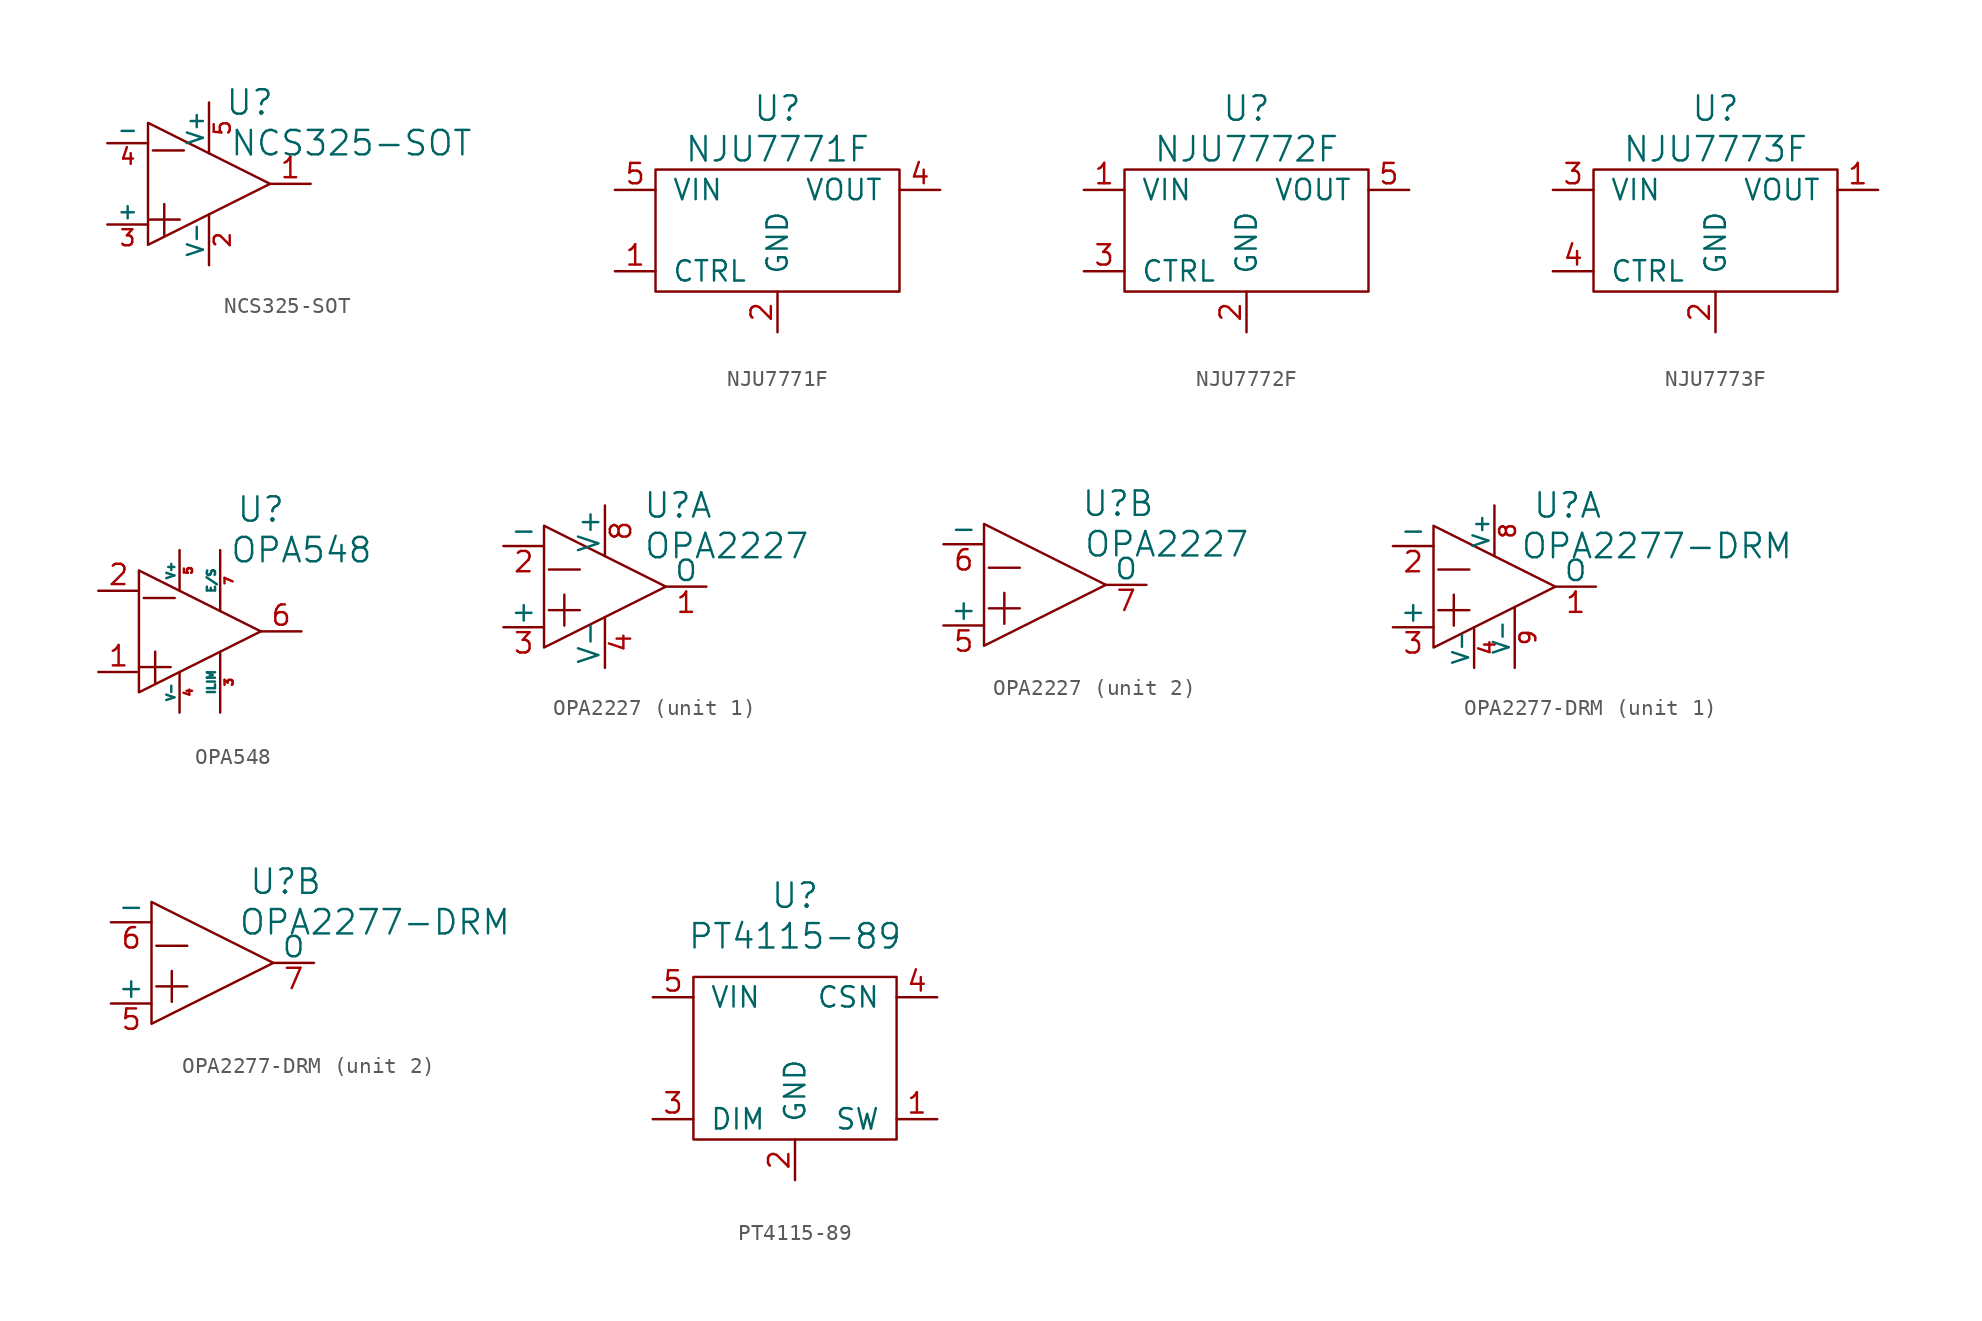
<source format=kicad_sym>
(kicad_symbol_lib
  (version 20220914)
  (generator kicad_symbol_editor)
  (symbol "NCS325-SOT"
    (pin_names
      (offset 0))
    (property "Reference" "U"
      (at 2.54 5.08 0)
      (effects (font (size 1.524 1.524))))
    (property "Value" "NCS325-SOT"
      (at 8.89 2.54 0)
      (effects (font (size 1.524 1.524))))
    (property "Footprint" ""
      (at 0 0 0)
      (effects (font (size 1.524 1.524))))
    (property "Datasheet" ""
      (at 0 0 0)
      (effects (font (size 1.524 1.524))))
    (symbol "NCS325-SOT_0_0"
      (polyline (pts (xy -3.81 3.81) (xy -3.81 -3.81) (xy 3.81 0) (xy -3.81 3.81) (xy -3.81 3.81)) (stroke (width 0) (type solid)) (fill (type none)))
      (text "+" (at -2.794 -2.032 0) (effects (font (size 2.54 2.54))))
      (text "-" (at -2.54 2.286 0) (effects (font (size 2.54 2.54)))))
    (symbol "NCS325-SOT_1_1"
      (pin passive line (at 6.35 0 180) (length 2.54) (name "Vo" (effects (font (size 0 0)))) (number "1" (effects (font (size 1.27 1.27)))))
      (pin passive line (at 0 -5.08 90) (length 3.175) (name "V-" (effects (font (size 1 1)))) (number "2" (effects (font (size 1 1)))))
      (pin passive line (at -6.35 -2.54 0) (length 2.54) (name "+" (effects (font (size 1 1)))) (number "3" (effects (font (size 1 1)))))
      (pin passive line (at -6.35 2.54 0) (length 2.54) (name "-" (effects (font (size 1 1)))) (number "4" (effects (font (size 1 1)))))
      (pin passive line (at 0 5.08 270) (length 3.175) (name "V+" (effects (font (size 1 1)))) (number "5" (effects (font (size 1 1)))))))
  (symbol "NJU7771F"
    (pin_names
      (offset 1.016))
    (property "Reference" "U"
      (at 0 7.62 0)
      (effects (font (size 1.524 1.524))))
    (property "Value" "NJU7771F"
      (at 0 5.08 0)
      (effects (font (size 1.524 1.524))))
    (property "Footprint" ""
      (at 0 2.54 0)
      (effects (font (size 1.524 1.524))))
    (property "Datasheet" ""
      (at 0 0 0)
      (effects (font (size 1.524 1.524))))
    (symbol "NJU7771F_0_1"
      (rectangle (start 7.62 3.81) (end -7.62 -3.81) (stroke (width 0) (type solid)) (fill (type none))))
    (symbol "NJU7771F_1_1"
      (pin input line (at -10.16 -2.54 0) (length 2.54) (name "CTRL" (effects (font (size 1.27 1.27)))) (number "1" (effects (font (size 1.27 1.27)))))
      (pin input line (at 0 -6.35 90) (length 2.54) (name "GND" (effects (font (size 1.27 1.27)))) (number "2" (effects (font (size 1.27 1.27)))))
      (pin input line (at 10.16 2.54 180) (length 2.54) (name "VOUT" (effects (font (size 1.27 1.27)))) (number "4" (effects (font (size 1.27 1.27)))))
      (pin input line (at -10.16 2.54 0) (length 2.54) (name "VIN" (effects (font (size 1.27 1.27)))) (number "5" (effects (font (size 1.27 1.27)))))))
  (symbol "NJU7772F"
    (pin_names
      (offset 1.016))
    (property "Reference" "U"
      (at 0 7.62 0)
      (effects (font (size 1.524 1.524))))
    (property "Value" "NJU7772F"
      (at 0 5.08 0)
      (effects (font (size 1.524 1.524))))
    (property "Footprint" ""
      (at 0 2.54 0)
      (effects (font (size 1.524 1.524))))
    (property "Datasheet" ""
      (at 0 0 0)
      (effects (font (size 1.524 1.524))))
    (symbol "NJU7772F_0_1"
      (rectangle (start 7.62 3.81) (end -7.62 -3.81) (stroke (width 0) (type solid)) (fill (type none))))
    (symbol "NJU7772F_1_1"
      (pin input line (at -10.16 2.54 0) (length 2.54) (name "VIN" (effects (font (size 1.27 1.27)))) (number "1" (effects (font (size 1.27 1.27)))))
      (pin input line (at 0 -6.35 90) (length 2.54) (name "GND" (effects (font (size 1.27 1.27)))) (number "2" (effects (font (size 1.27 1.27)))))
      (pin input line (at -10.16 -2.54 0) (length 2.54) (name "CTRL" (effects (font (size 1.27 1.27)))) (number "3" (effects (font (size 1.27 1.27)))))
      (pin input line (at 10.16 2.54 180) (length 2.54) (name "VOUT" (effects (font (size 1.27 1.27)))) (number "5" (effects (font (size 1.27 1.27)))))))
  (symbol "NJU7773F"
    (pin_names
      (offset 1.016))
    (property "Reference" "U"
      (at 0 7.62 0)
      (effects (font (size 1.524 1.524))))
    (property "Value" "NJU7773F"
      (at 0 5.08 0)
      (effects (font (size 1.524 1.524))))
    (property "Footprint" ""
      (at 0 2.54 0)
      (effects (font (size 1.524 1.524))))
    (property "Datasheet" ""
      (at 0 0 0)
      (effects (font (size 1.524 1.524))))
    (symbol "NJU7773F_0_1"
      (rectangle (start 7.62 3.81) (end -7.62 -3.81) (stroke (width 0) (type solid)) (fill (type none))))
    (symbol "NJU7773F_1_1"
      (pin input line (at 10.16 2.54 180) (length 2.54) (name "VOUT" (effects (font (size 1.27 1.27)))) (number "1" (effects (font (size 1.27 1.27)))))
      (pin input line (at 0 -6.35 90) (length 2.54) (name "GND" (effects (font (size 1.27 1.27)))) (number "2" (effects (font (size 1.27 1.27)))))
      (pin input line (at -10.16 2.54 0) (length 2.54) (name "VIN" (effects (font (size 1.27 1.27)))) (number "3" (effects (font (size 1.27 1.27)))))
      (pin input line (at -10.16 -2.54 0) (length 2.54) (name "CTRL" (effects (font (size 1.27 1.27)))) (number "4" (effects (font (size 1.27 1.27)))))))
  (symbol "OPA548"
    (pin_names
      (offset 0))
    (property "Reference" "U"
      (at 3.81 7.62 0)
      (effects (font (size 1.524 1.524))))
    (property "Value" "OPA548"
      (at 6.35 5.08 0)
      (effects (font (size 1.524 1.524))))
    (property "Footprint" ""
      (at 0 0 0)
      (effects (font (size 1.524 1.524))))
    (property "Datasheet" ""
      (at 0 0 0)
      (effects (font (size 1.524 1.524))))
    (symbol "OPA548_0_0"
      (polyline (pts (xy -3.81 3.81) (xy -3.81 -3.81) (xy 3.81 0) (xy -3.81 3.81) (xy -3.81 3.81)) (stroke (width 0) (type solid)) (fill (type none)))
      (text "+" (at -2.794 -2.032 0) (effects (font (size 2.54 2.54))))
      (text "-" (at -2.54 2.286 0) (effects (font (size 2.54 2.54)))))
    (symbol "OPA548_1_1"
      (pin passive line (at -6.35 -2.54 0) (length 2.54) (name "Vin+" (effects (font (size 0 0)))) (number "1" (effects (font (size 1.27 1.27)))))
      (pin passive line (at -6.35 2.54 0) (length 2.54) (name "Vin-" (effects (font (size 0 0)))) (number "2" (effects (font (size 1.27 1.27)))))
      (pin passive line (at 1.27 -5.08 90) (length 3.81) (name "ILIM" (effects (font (size 0.508 0.508)))) (number "3" (effects (font (size 0.508 0.508)))))
      (pin passive line (at -1.27 -5.08 90) (length 2.54) (name "V-" (effects (font (size 0.508 0.508)))) (number "4" (effects (font (size 0.508 0.508)))))
      (pin passive line (at -1.27 5.08 270) (length 2.54) (name "V+" (effects (font (size 0.508 0.508)))) (number "5" (effects (font (size 0.508 0.508)))))
      (pin passive line (at 6.35 0 180) (length 2.54) (name "Vo" (effects (font (size 0 0)))) (number "6" (effects (font (size 1.27 1.27)))))
      (pin passive line (at 1.27 5.08 270) (length 3.81) (name "E/S" (effects (font (size 0.508 0.508)))) (number "7" (effects (font (size 0.508 0.508)))))))
  (symbol "OPA2227"
    (pin_names
      (offset 0))
    (property "Reference" "U"
      (at 4.572 5.08 0)
      (effects (font (size 1.524 1.524))))
    (property "Value" "OPA2227"
      (at 7.62 2.54 0)
      (effects (font (size 1.524 1.524))))
    (property "Footprint" ""
      (at 0 0 0)
      (effects (font (size 1.524 1.524))))
    (property "Datasheet" ""
      (at 0 0 0)
      (effects (font (size 1.524 1.524))))
    (symbol "OPA2227_0_0"
      (polyline (pts (xy -3.81 3.81) (xy -3.81 -3.81) (xy 3.81 0) (xy -3.81 3.81) (xy -3.81 3.81)) (stroke (width 0) (type solid)) (fill (type none)))
      (text "+" (at -2.54 -1.27 0) (effects (font (size 2.54 2.54))))
      (text "-" (at -2.54 1.27 0) (effects (font (size 2.54 2.54)))))
    (symbol "OPA2227_1_1"
      (pin passive line (at 6.35 0 180) (length 2.54) (name "O" (effects (font (size 1.27 1.27)))) (number "1" (effects (font (size 1.27 1.27)))))
      (pin passive line (at -6.35 2.54 0) (length 2.54) (name "-" (effects (font (size 1.27 1.27)))) (number "2" (effects (font (size 1.27 1.27)))))
      (pin passive line (at -6.35 -2.54 0) (length 2.54) (name "+" (effects (font (size 1.27 1.27)))) (number "3" (effects (font (size 1.27 1.27)))))
      (pin passive line (at 0 -5.08 90) (length 3.175) (name "V-" (effects (font (size 1.27 1.27)))) (number "4" (effects (font (size 1.27 1.27)))))
      (pin passive line (at 0 5.08 270) (length 3.175) (name "V+" (effects (font (size 1.27 1.27)))) (number "8" (effects (font (size 1.27 1.27))))))
    (symbol "OPA2227_2_1"
      (pin passive line (at -6.35 -2.54 0) (length 2.54) (name "+" (effects (font (size 1.27 1.27)))) (number "5" (effects (font (size 1.27 1.27)))))
      (pin passive line (at -6.35 2.54 0) (length 2.54) (name "-" (effects (font (size 1.27 1.27)))) (number "6" (effects (font (size 1.27 1.27)))))
      (pin passive line (at 6.35 0 180) (length 2.54) (name "O" (effects (font (size 1.27 1.27)))) (number "7" (effects (font (size 1.27 1.27)))))))
  (symbol "OPA2277-DRM"
    (pin_names
      (offset 0))
    (property "Reference" "U"
      (at 4.572 5.08 0)
      (effects (font (size 1.524 1.524))))
    (property "Value" "OPA2277-DRM"
      (at 10.16 2.54 0)
      (effects (font (size 1.524 1.524))))
    (property "Footprint" ""
      (at 0 0 0)
      (effects (font (size 1.524 1.524))))
    (property "Datasheet" ""
      (at 0 0 0)
      (effects (font (size 1.524 1.524))))
    (symbol "OPA2277-DRM_0_0"
      (polyline (pts (xy -3.81 3.81) (xy -3.81 -3.81) (xy 3.81 0) (xy -3.81 3.81) (xy -3.81 3.81)) (stroke (width 0) (type solid)) (fill (type none)))
      (text "+" (at -2.54 -1.27 0) (effects (font (size 2.54 2.54))))
      (text "-" (at -2.54 1.27 0) (effects (font (size 2.54 2.54)))))
    (symbol "OPA2277-DRM_1_1"
      (pin passive line (at 6.35 0 180) (length 2.54) (name "O" (effects (font (size 1.27 1.27)))) (number "1" (effects (font (size 1.27 1.27)))))
      (pin passive line (at -6.35 2.54 0) (length 2.54) (name "-" (effects (font (size 1.27 1.27)))) (number "2" (effects (font (size 1.27 1.27)))))
      (pin passive line (at -6.35 -2.54 0) (length 2.54) (name "+" (effects (font (size 1.27 1.27)))) (number "3" (effects (font (size 1.27 1.27)))))
      (pin passive line (at -1.27 -5.08 90) (length 2.54) (name "V-" (effects (font (size 0.991 0.991)))) (number "4" (effects (font (size 0.991 0.991)))))
      (pin passive line (at 0 5.08 270) (length 3.175) (name "V+" (effects (font (size 0.991 0.991)))) (number "8" (effects (font (size 0.991 0.991)))))
      (pin passive line (at 1.27 -5.08 90) (length 3.81) (name "V-" (effects (font (size 0.991 0.991)))) (number "9" (effects (font (size 0.991 0.991))))))
    (symbol "OPA2277-DRM_2_1"
      (pin passive line (at -6.35 -2.54 0) (length 2.54) (name "+" (effects (font (size 1.27 1.27)))) (number "5" (effects (font (size 1.27 1.27)))))
      (pin passive line (at -6.35 2.54 0) (length 2.54) (name "-" (effects (font (size 1.27 1.27)))) (number "6" (effects (font (size 1.27 1.27)))))
      (pin passive line (at 6.35 0 180) (length 2.54) (name "O" (effects (font (size 1.27 1.27)))) (number "7" (effects (font (size 1.27 1.27)))))))
  (symbol "PT4115-89"
    (pin_names
      (offset 1.016))
    (property "Reference" "U"
      (at 0 10.16 0)
      (effects (font (size 1.524 1.524))))
    (property "Value" "PT4115-89"
      (at 0 7.62 0)
      (effects (font (size 1.524 1.524))))
    (property "Footprint" ""
      (at 0 0 0)
      (effects (font (size 1.524 1.524))))
    (property "Datasheet" ""
      (at 0 0 0)
      (effects (font (size 1.524 1.524))))
    (symbol "PT4115-89_0_1"
      (rectangle (start -6.35 5.08) (end 6.35 -5.08) (stroke (width 0) (type solid)) (fill (type none))))
    (symbol "PT4115-89_1_1"
      (pin passive line (at 8.89 -3.81 180) (length 2.54) (name "SW" (effects (font (size 1.27 1.27)))) (number "1" (effects (font (size 1.27 1.27)))))
      (pin passive line (at 0 -7.62 90) (length 2.54) (name "GND" (effects (font (size 1.27 1.27)))) (number "2" (effects (font (size 1.27 1.27)))))
      (pin passive line (at -8.89 -3.81 0) (length 2.54) (name "DIM" (effects (font (size 1.27 1.27)))) (number "3" (effects (font (size 1.27 1.27)))))
      (pin passive line (at 8.89 3.81 180) (length 2.54) (name "CSN" (effects (font (size 1.27 1.27)))) (number "4" (effects (font (size 1.27 1.27)))))
      (pin passive line (at -8.89 3.81 0) (length 2.54) (name "VIN" (effects (font (size 1.27 1.27)))) (number "5" (effects (font (size 1.27 1.27))))))))
</source>
